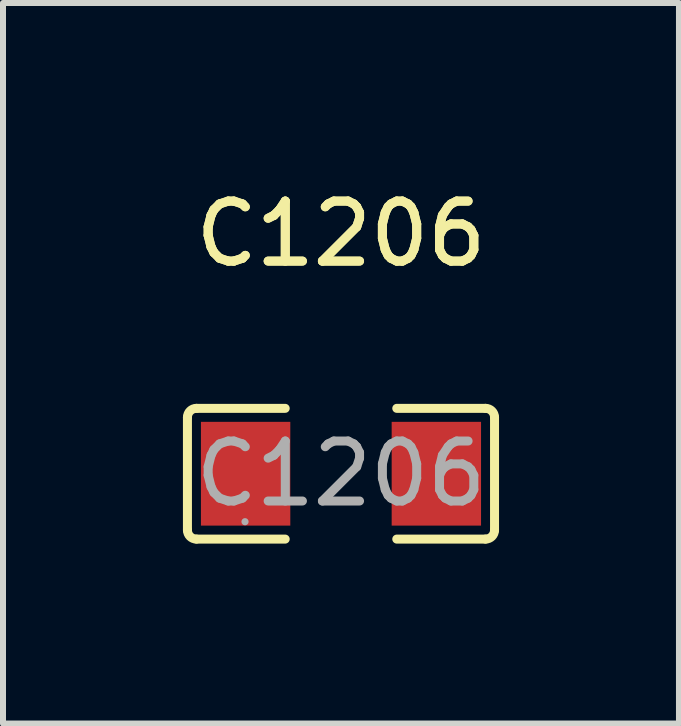
<source format=kicad_pcb>
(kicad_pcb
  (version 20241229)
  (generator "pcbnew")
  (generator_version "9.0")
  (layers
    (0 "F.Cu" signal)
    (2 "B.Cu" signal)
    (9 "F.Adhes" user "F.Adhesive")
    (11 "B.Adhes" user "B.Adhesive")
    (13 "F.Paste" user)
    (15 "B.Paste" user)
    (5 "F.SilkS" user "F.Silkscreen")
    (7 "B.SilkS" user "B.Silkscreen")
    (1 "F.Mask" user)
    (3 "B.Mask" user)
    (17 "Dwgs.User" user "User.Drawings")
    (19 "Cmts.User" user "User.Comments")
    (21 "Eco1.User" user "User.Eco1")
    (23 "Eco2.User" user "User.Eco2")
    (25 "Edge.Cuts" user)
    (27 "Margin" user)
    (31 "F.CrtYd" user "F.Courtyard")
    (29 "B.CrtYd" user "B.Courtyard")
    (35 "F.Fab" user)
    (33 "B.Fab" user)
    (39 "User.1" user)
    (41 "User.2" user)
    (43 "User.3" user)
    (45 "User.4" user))
  (footprint "C1206"
    (layer "F.Cu")
    (at 2.635 4.848)
    (property "Reference" "C1206" (at 0 -4 0) (layer "F.SilkS") (effects (font (size 1 1) (thickness 0.15))))
    (attr smd)
    (fp_line (start -2.56 0.94) (end -2.56 -0.94) (stroke (width 0.15) (type solid)) (layer "F.SilkS"))
    (fp_line (start -2.41 -1.09) (end -0.93 -1.09) (stroke (width 0.15) (type solid)) (layer "F.SilkS"))
    (fp_line (start -0.93 1.09) (end -2.41 1.09) (stroke (width 0.15) (type solid)) (layer "F.SilkS"))
    (fp_line (start 0.93 1.09) (end 2.41 1.09) (stroke (width 0.15) (type solid)) (layer "F.SilkS"))
    (fp_line (start 2.41 -1.09) (end 0.93 -1.09) (stroke (width 0.15) (type solid)) (layer "F.SilkS"))
    (fp_line (start 2.56 0.94) (end 2.56 -0.94) (stroke (width 0.15) (type solid)) (layer "F.SilkS"))
    (fp_arc (start -2.56 -0.94) (mid -2.516066 -1.046066) (end -2.41 -1.09) (stroke (width 0.15) (type solid)) (layer "F.SilkS"))
    (fp_arc (start -2.41 1.09) (mid -2.516066 1.046066) (end -2.56 0.94) (stroke (width 0.15) (type solid)) (layer "F.SilkS"))
    (fp_arc (start 2.41 -1.09) (mid 2.516066 -1.046066) (end 2.56 -0.94) (stroke (width 0.15) (type solid)) (layer "F.SilkS"))
    (fp_arc (start 2.56 0.94) (mid 2.516066 1.046066) (end 2.41 1.09) (stroke (width 0.15) (type solid)) (layer "F.SilkS"))
    (fp_circle (center -1.6 0.8) (end -1.57 0.8) (stroke (width 0.06) (type solid)) (fill no) (layer "F.Fab"))
    (fp_text user "${REFERENCE}" (at 0 -4 0) (layer "F.SilkS") (effects (font (size 1 1) (thickness 0.15))))
    (fp_text user "${REFERENCE}" (at 0 0 0) (layer "F.Fab") (effects (font (size 1 1) (thickness 0.15))))
    (pad "1" smd rect (at -1.59 0) (size 1.49 1.73) (layers "F.Cu" "F.Mask" "F.Paste"))
    (pad "2" smd rect (at 1.59 0) (size 1.49 1.73) (layers "F.Cu" "F.Mask" "F.Paste")))
  (gr_rect
    (start -3 -3)
    (end 8.27 9.013)
    (stroke (width 0.1) (type default))
    (fill no)
    (layer "Edge.Cuts")))
</source>
